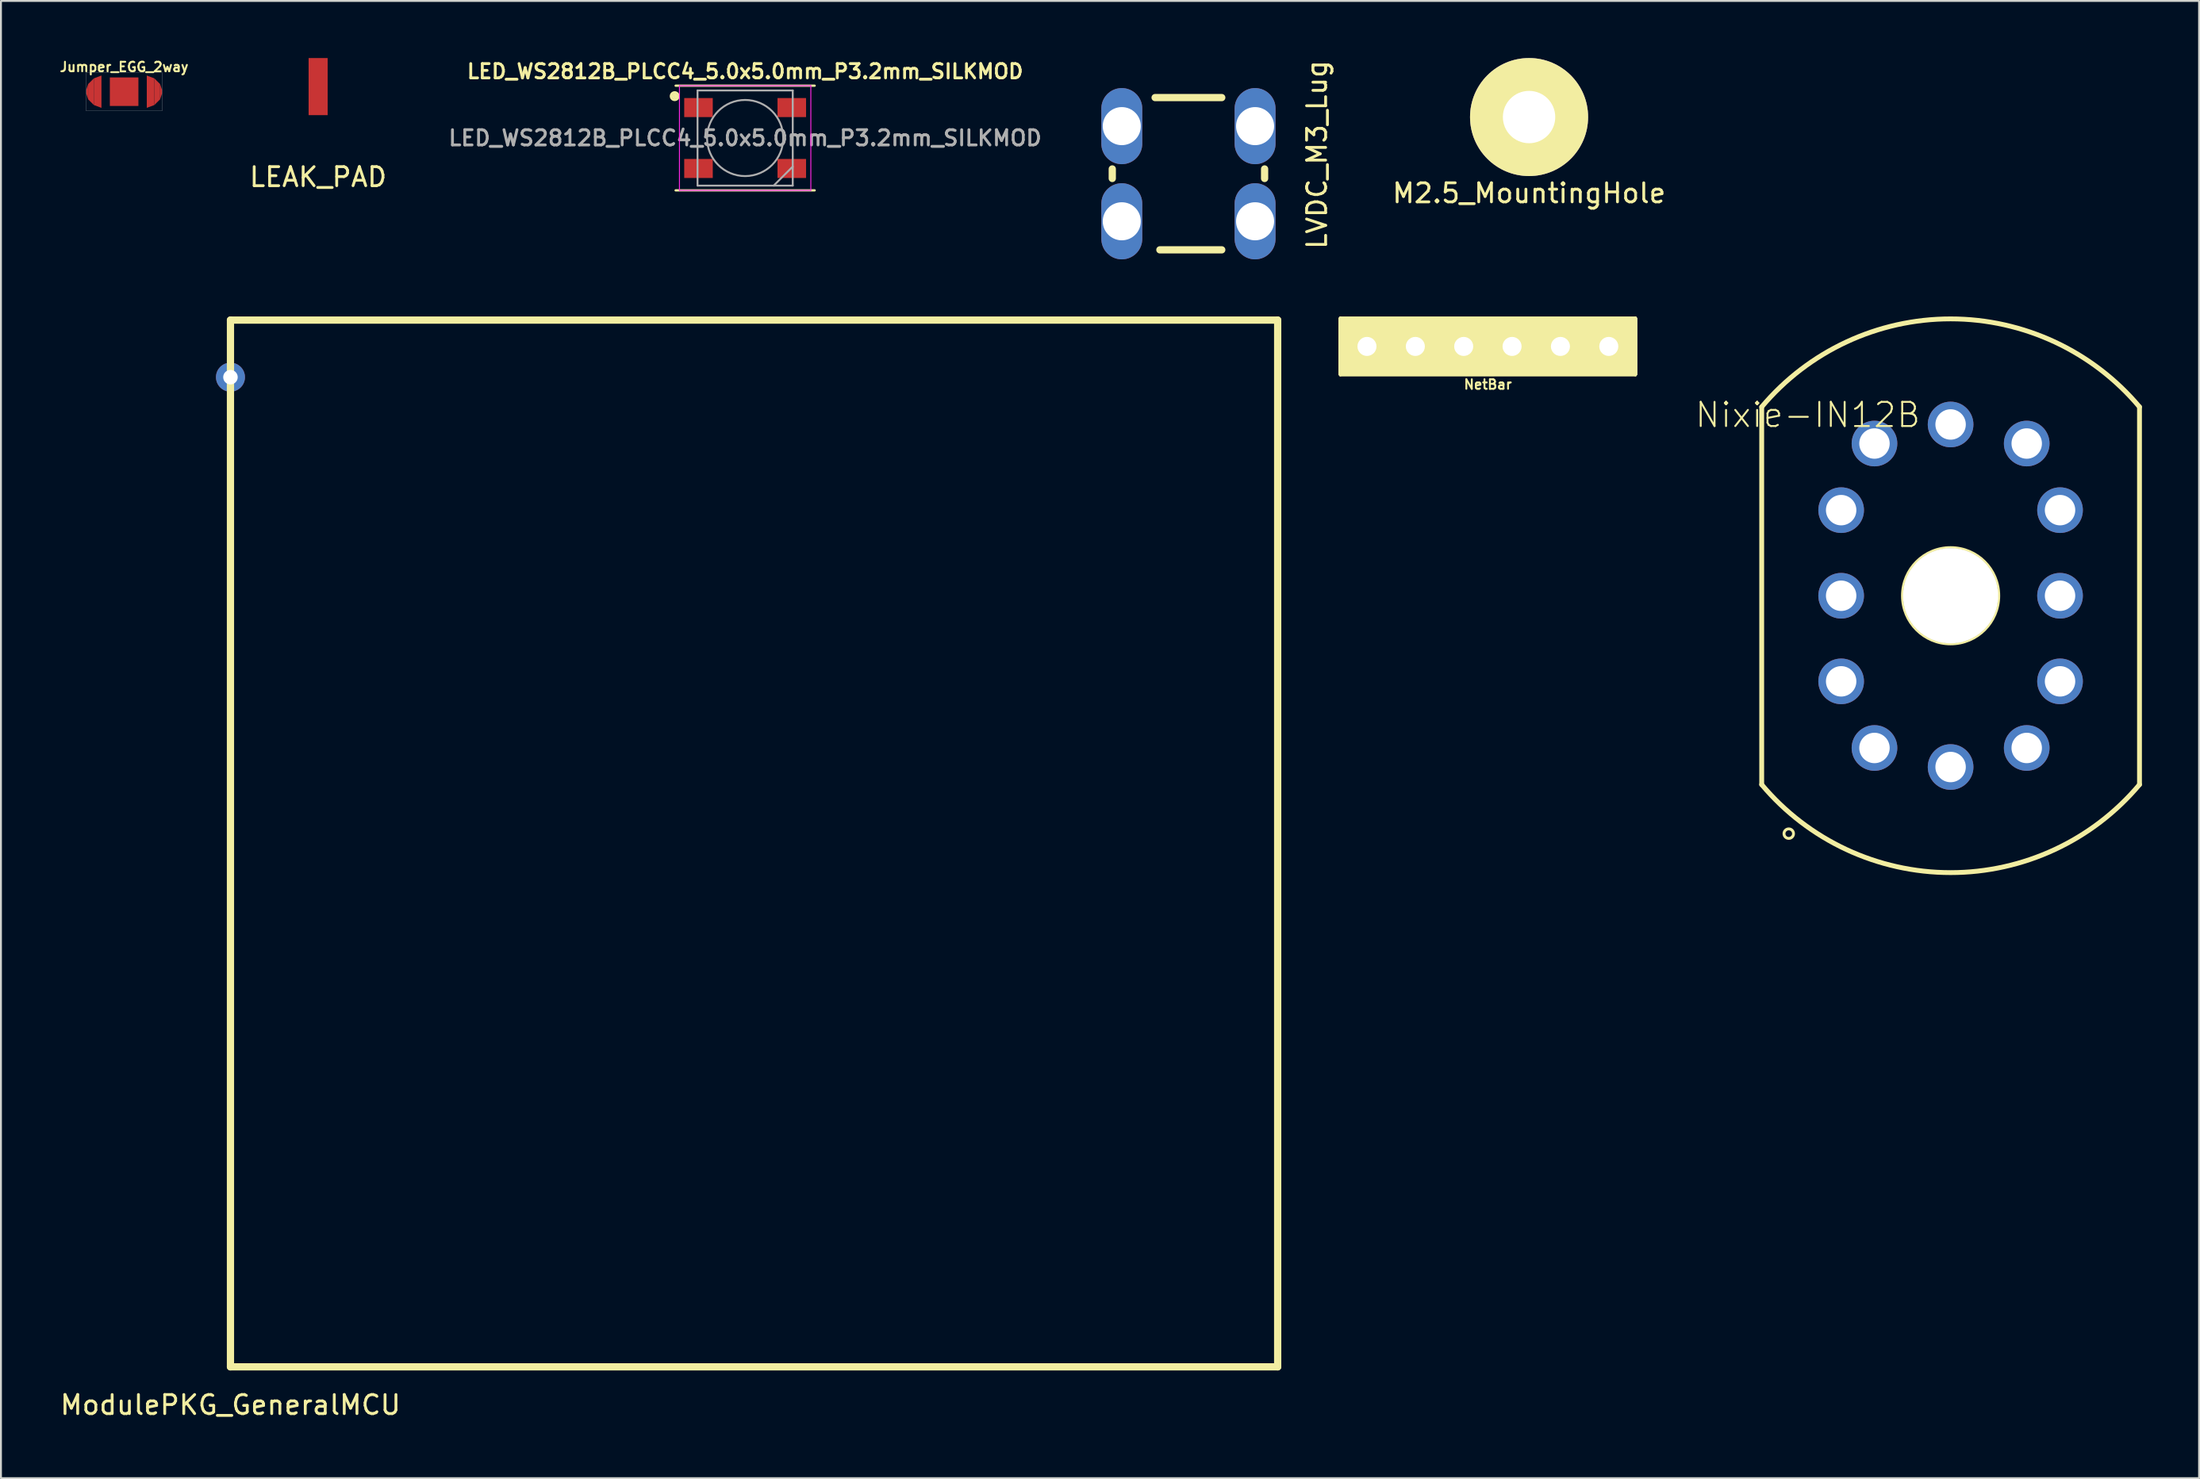
<source format=kicad_pcb>
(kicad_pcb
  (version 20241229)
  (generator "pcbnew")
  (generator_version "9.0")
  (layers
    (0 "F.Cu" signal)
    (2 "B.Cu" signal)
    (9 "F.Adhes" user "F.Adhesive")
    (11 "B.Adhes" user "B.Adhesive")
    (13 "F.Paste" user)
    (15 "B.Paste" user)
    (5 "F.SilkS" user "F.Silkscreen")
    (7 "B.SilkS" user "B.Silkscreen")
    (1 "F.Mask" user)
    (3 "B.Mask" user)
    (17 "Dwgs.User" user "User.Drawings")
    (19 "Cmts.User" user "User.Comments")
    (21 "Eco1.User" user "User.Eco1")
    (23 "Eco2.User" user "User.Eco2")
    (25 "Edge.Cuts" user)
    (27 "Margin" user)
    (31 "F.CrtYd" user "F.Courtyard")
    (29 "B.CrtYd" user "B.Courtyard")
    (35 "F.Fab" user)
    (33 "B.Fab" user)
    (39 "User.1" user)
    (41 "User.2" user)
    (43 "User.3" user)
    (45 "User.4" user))
  (footprint "Nixie-IN12B"
    (layer "F.Cu")
    (at 99.396 28.252)
    (property "Reference" "Nixie-IN12B" (at -7.5 -9.5 180) (layer "F.SilkS") (effects (font (size 1.27 1.27) (thickness 0.102))))
    (attr exclude_from_pos_files exclude_from_bom)
    (fp_line (start -9.921 9.921) (end -9.921 -9.921) (stroke (width 0.254) (type solid)) (layer "F.SilkS"))
    (fp_line (start 9.921 -9.921) (end 9.921 9.921) (stroke (width 0.254) (type solid)) (layer "F.SilkS"))
    (fp_arc (start -9.92124 -9.92124) (mid 0.000928 -14.547158) (end 9.922433 -9.919819) (stroke (width 0.254) (type solid)) (layer "F.SilkS"))
    (fp_arc (start 9.92124 9.92124) (mid -0.000928 14.547158) (end -9.922433 9.919819) (stroke (width 0.254) (type solid)) (layer "F.SilkS"))
    (fp_circle (center -8.5 12.5) (end -8.25 12.5) (stroke (width 0.15) (type solid)) (fill no) (layer "F.SilkS"))
    (fp_circle (center 0 0) (end 0 -2.54) (stroke (width 0.127) (type solid)) (fill no) (layer "F.SilkS"))
    (pad "" np_thru_hole circle (at 0 0) (size 4.999 4.999) (drill 4.999) (layers "*.Cu" "*.Mask"))
    (pad "0" thru_hole circle (at 5.748 4.498) (size 2.398 2.398) (drill 1.598) (layers "*.Cu" "*.Paste" "*.Mask"))
    (pad "1" thru_hole circle (at -3.998 7.998) (size 2.398 2.398) (drill 1.598) (layers "*.Cu" "*.Paste" "*.Mask"))
    (pad "2" thru_hole circle (at -5.748 4.498) (size 2.398 2.398) (drill 1.598) (layers "*.Cu" "*.Paste" "*.Mask"))
    (pad "3" thru_hole circle (at -5.748 0) (size 2.398 2.398) (drill 1.598) (layers "*.Cu" "*.Paste" "*.Mask"))
    (pad "4" thru_hole circle (at -5.748 -4.498) (size 2.398 2.398) (drill 1.598) (layers "*.Cu" "*.Paste" "*.Mask"))
    (pad "5" thru_hole circle (at -3.998 -7.998) (size 2.398 2.398) (drill 1.598) (layers "*.Cu" "*.Paste" "*.Mask"))
    (pad "6" thru_hole circle (at 0 -8.999) (size 2.398 2.398) (drill 1.598) (layers "*.Cu" "*.Paste" "*.Mask"))
    (pad "7" thru_hole circle (at 3.998 -7.998) (size 2.398 2.398) (drill 1.598) (layers "*.Cu" "*.Paste" "*.Mask"))
    (pad "8" thru_hole circle (at 5.748 -4.498) (size 2.398 2.398) (drill 1.598) (layers "*.Cu" "*.Paste" "*.Mask"))
    (pad "9" thru_hole circle (at 5.748 0) (size 2.398 2.398) (drill 1.598) (layers "*.Cu" "*.Paste" "*.Mask"))
    (pad "A" thru_hole circle (at 3.998 7.998) (size 2.398 2.398) (drill 1.598) (layers "*.Cu" "*.Paste" "*.Mask"))
    (pad "LHDP" thru_hole circle (at 0 8.999) (size 2.398 2.398) (drill 1.598) (layers "*.Cu" "*.Paste" "*.Mask")))
  (footprint "ModulePKG_GeneralMCU"
    (layer "F.Cu")
    (at 9.054 68.768)
    (property "Reference" "ModulePKG_GeneralMCU" (at 0 2 0) (layer "F.SilkS") (effects (font (size 1 1) (thickness 0.15))))
    (attr through_hole)
    (fp_line (start 0 -55) (end 55 -55) (stroke (width 0.381) (type solid)) (layer "F.SilkS"))
    (fp_line (start 0 0) (end 0 -55) (stroke (width 0.381) (type solid)) (layer "F.SilkS"))
    (fp_line (start 55 -55) (end 55 0) (stroke (width 0.381) (type solid)) (layer "F.SilkS"))
    (fp_line (start 55 0) (end 0 0) (stroke (width 0.381) (type solid)) (layer "F.SilkS"))
    (pad "1" thru_hole circle (at 0 -52) (size 1.524 1.524) (drill 0.762) (layers "*.Cu" "*.Mask")))
  (footprint "LED_WS2812B_PLCC4_5.0x5.0mm_P3.2mm_SILKMOD"
    (layer "F.Cu")
    (at 36.085 4.202)
    (property "Reference" "LED_WS2812B_PLCC4_5.0x5.0mm_P3.2mm_SILKMOD" (at 0 -3.5 180) (layer "F.SilkS") (effects (font (size 0.75 0.75) (thickness 0.15))))
    (attr smd)
    (fp_line (start -3.7 -2.2) (end -3.6 -2.2) (stroke (width 0.12) (type solid)) (layer "F.SilkS"))
    (fp_line (start -3.65 -2.75) (end 3.65 -2.75) (stroke (width 0.12) (type solid)) (layer "F.SilkS"))
    (fp_line (start -3.65 2.75) (end 3.65 2.75) (stroke (width 0.12) (type solid)) (layer "F.SilkS"))
    (fp_circle (center -3.7 -2.2) (end -3.6 -2.2) (stroke (width 0.12) (type solid)) (fill no) (layer "F.SilkS"))
    (fp_circle (center -3.7 -2.2) (end -3.5 -2.2) (stroke (width 0.12) (type solid)) (fill no) (layer "F.SilkS"))
    (fp_line (start -3.45 -2.75) (end -3.45 2.75) (stroke (width 0.05) (type solid)) (layer "F.CrtYd"))
    (fp_line (start -3.45 2.75) (end 3.45 2.75) (stroke (width 0.05) (type solid)) (layer "F.CrtYd"))
    (fp_line (start 3.45 -2.75) (end -3.45 -2.75) (stroke (width 0.05) (type solid)) (layer "F.CrtYd"))
    (fp_line (start 3.45 2.75) (end 3.45 -2.75) (stroke (width 0.05) (type solid)) (layer "F.CrtYd"))
    (fp_line (start -2.5 -2.5) (end -2.5 2.5) (stroke (width 0.1) (type solid)) (layer "F.Fab"))
    (fp_line (start -2.5 2.5) (end 2.5 2.5) (stroke (width 0.1) (type solid)) (layer "F.Fab"))
    (fp_line (start 2.5 -2.5) (end -2.5 -2.5) (stroke (width 0.1) (type solid)) (layer "F.Fab"))
    (fp_line (start 2.5 1.5) (end 1.5 2.5) (stroke (width 0.1) (type solid)) (layer "F.Fab"))
    (fp_line (start 2.5 2.5) (end 2.5 -2.5) (stroke (width 0.1) (type solid)) (layer "F.Fab"))
    (fp_circle (center 0 0) (end 0 -2) (stroke (width 0.1) (type solid)) (fill no) (layer "F.Fab"))
    (fp_text user "${REFERENCE}" (at 0 0 180) (layer "F.Fab") (effects (font (size 0.8 0.8) (thickness 0.15))))
    (pad "1" smd rect (at -2.45 -1.6) (size 1.5 1) (layers "F.Cu" "F.Mask" "F.Paste"))
    (pad "2" smd rect (at -2.45 1.6) (size 1.5 1) (layers "F.Cu" "F.Mask" "F.Paste"))
    (pad "3" smd rect (at 2.45 1.6) (size 1.5 1) (layers "F.Cu" "F.Mask" "F.Paste"))
    (pad "4" smd rect (at 2.45 -1.6) (size 1.5 1) (layers "F.Cu" "F.Mask" "F.Paste")))
  (footprint "LVDC_M3_Lug"
    (layer "F.Cu")
    (at 59.367 6.077)
    (property "Reference" "LVDC_M3_Lug" (at 6.75 -1 90) (layer "F.SilkS") (effects (font (size 1 1) (thickness 0.15))))
    (attr through_hole)
    (fp_line (start -4 0.25) (end -4 -0.25) (stroke (width 0.381) (type solid)) (layer "F.SilkS"))
    (fp_line (start -1.75 -4) (end 1.75 -4) (stroke (width 0.381) (type solid)) (layer "F.SilkS"))
    (fp_line (start 1.75 4) (end -1.5 4) (stroke (width 0.381) (type solid)) (layer "F.SilkS"))
    (fp_line (start 4 -0.25) (end 4 0.25) (stroke (width 0.381) (type solid)) (layer "F.SilkS"))
    (pad "1" thru_hole oval (at -3.5 -2.5) (size 2.15 4) (drill 2) (layers "*.Cu" "*.Mask"))
    (pad "1" thru_hole oval (at -3.5 2.5) (size 2.15 4) (drill 2) (layers "*.Cu" "*.Mask"))
    (pad "1" thru_hole oval (at 3.5 -2.5) (size 2.15 4) (drill 2) (layers "*.Cu" "*.Mask"))
    (pad "1" thru_hole oval (at 3.5 2.5) (size 2.15 4) (drill 2) (layers "*.Cu" "*.Mask")))
  (footprint "LEAK_PAD"
    (layer "F.Cu")
    (at 13.658 1.5)
    (property "Reference" "LEAK_PAD" (at 0 4.75 0) (layer "F.SilkS") (effects (font (size 1 1) (thickness 0.15))))
    (attr through_hole)
    (pad "1" smd rect (at 0 0) (size 1 3) (layers "F.Cu" "F.Mask" "F.Paste")))
  (footprint "M2.5_MountingHole"
    (layer "F.Cu")
    (at 77.257 3.1)
    (property "Reference" "M2.5_MountingHole" (at 0 4 0) (layer "F.SilkS") (effects (font (size 1 1) (thickness 0.15))))
    (attr through_hole)
    (pad "1" thru_hole circle (at 0 0) (size 6.2 6.2) (drill 2.75) (layers "*.Cu" "*.Mask" "F.SilkS")))
  (footprint "NetBar"
    (layer "F.Cu")
    (at 75.094 15.152)
    (property "Reference" "NetBar" (at 0 2 0) (layer "F.SilkS") (effects (font (size 0.5 0.5) (thickness 0.1))))
    (attr through_hole)
    (fp_line (start -7.75 -1.5) (end -7.75 1.5) (stroke (width 0.15) (type solid)) (layer "F.SilkS"))
    (fp_line (start -7.75 -1.5) (end 7.75 -1.5) (stroke (width 0.15) (type solid)) (layer "F.SilkS"))
    (fp_line (start 7.75 -1.5) (end 7.75 1.5) (stroke (width 0.15) (type solid)) (layer "F.SilkS"))
    (fp_line (start 7.75 1.5) (end -7.75 1.5) (stroke (width 0.15) (type solid)) (layer "F.SilkS"))
    (pad "1" thru_hole rect (at -6.35 0) (size 3 3) (drill 1) (layers "*.Cu" "*.Mask" "F.SilkS"))
    (pad "2" thru_hole rect (at -3.81 0) (size 3 3) (drill 1) (layers "*.Cu" "*.Mask" "F.SilkS"))
    (pad "3" thru_hole rect (at -1.27 0) (size 3 3) (drill 1) (layers "*.Cu" "*.Mask" "F.SilkS"))
    (pad "4" thru_hole rect (at 1.27 0) (size 3 3) (drill 1) (layers "*.Cu" "*.Mask" "F.SilkS"))
    (pad "5" thru_hole rect (at 3.81 0) (size 3 3) (drill 1) (layers "*.Cu" "*.Mask" "F.SilkS"))
    (pad "6" thru_hole rect (at 6.35 0) (size 3 3) (drill 1) (layers "*.Cu" "*.Mask" "F.SilkS")))
  (footprint "Jumper_EGG_2way"
    (layer "F.Cu")
    (at 3.469 1.768)
    (property "Reference" "Jumper_EGG_2way" (at 0 -1.3 0) (layer "F.SilkS") (effects (font (size 0.5 0.5) (thickness 0.1))))
    (attr through_hole)
    (fp_line (start -2 -1) (end -2 1) (stroke (width 0.01) (type solid)) (layer "Dwgs.User"))
    (fp_line (start -2 1) (end 2 1) (stroke (width 0.01) (type solid)) (layer "Dwgs.User"))
    (fp_line (start 2 -1) (end -2 -1) (stroke (width 0.01) (type solid)) (layer "Dwgs.User"))
    (fp_line (start 2 1) (end 2 -1) (stroke (width 0.01) (type solid)) (layer "Dwgs.User"))
    (pad "1" smd trapezoid (at -1.94 0 180) (size 0.1 0.5) (rect_delta 0.3 0) (layers "F.Cu" "F.Mask"))
    (pad "1" smd trapezoid (at -1.74 0 180) (size 0.3 1.1) (rect_delta 0.3 0) (layers "F.Cu" "F.Mask"))
    (pad "1" smd trapezoid (at -1.39 0 180) (size 0.4 1.55) (rect_delta 0.15 0) (layers "F.Cu" "F.Mask"))
    (pad "2" smd rect (at 0 0) (size 1.5 1.5) (layers "F.Cu" "F.Mask" "F.Paste"))
    (pad "3" smd trapezoid (at 1.39 0) (size 0.4 1.55) (rect_delta 0.15 0) (layers "F.Cu" "F.Mask"))
    (pad "3" smd trapezoid (at 1.74 0) (size 0.3 1.1) (rect_delta 0.3 0) (layers "F.Cu" "F.Mask"))
    (pad "3" smd trapezoid (at 1.94 0) (size 0.1 0.5) (rect_delta 0.3 0) (layers "F.Cu" "F.Mask")))
  (gr_rect
    (start -3 -3)
    (end 112.446 74.616)
    (stroke (width 0.1) (type default))
    (fill no)
    (layer "Edge.Cuts")))
</source>
